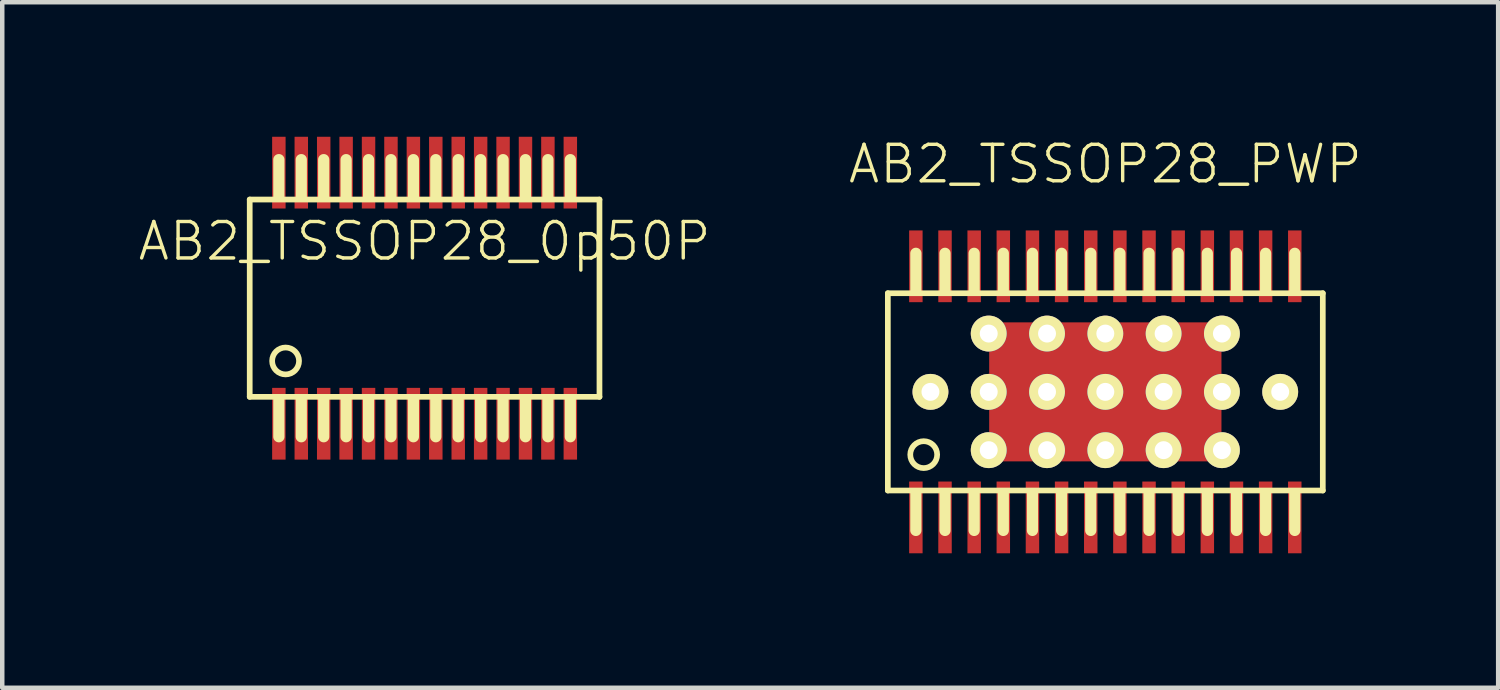
<source format=kicad_pcb>
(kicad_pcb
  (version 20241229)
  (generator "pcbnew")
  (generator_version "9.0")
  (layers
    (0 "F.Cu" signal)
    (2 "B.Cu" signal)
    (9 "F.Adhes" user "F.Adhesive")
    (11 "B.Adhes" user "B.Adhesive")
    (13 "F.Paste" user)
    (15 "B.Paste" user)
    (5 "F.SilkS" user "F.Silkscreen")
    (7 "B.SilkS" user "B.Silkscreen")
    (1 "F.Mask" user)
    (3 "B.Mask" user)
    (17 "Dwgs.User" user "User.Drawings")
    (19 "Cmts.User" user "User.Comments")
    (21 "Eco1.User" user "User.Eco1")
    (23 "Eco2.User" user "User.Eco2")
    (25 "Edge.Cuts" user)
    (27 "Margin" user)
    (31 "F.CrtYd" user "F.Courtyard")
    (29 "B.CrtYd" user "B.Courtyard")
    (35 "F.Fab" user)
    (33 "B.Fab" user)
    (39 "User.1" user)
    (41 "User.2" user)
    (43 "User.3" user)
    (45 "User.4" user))
  (footprint "AB2_TSSOP28_0p50P"
    (layer "F.Cu")
    (at 6.419 3.6)
    (property "Reference" "AB2_TSSOP28_0p50P" (at 0 -1.27 0) (layer "F.SilkS") (effects (font (size 0.813 0.813) (thickness 0.076))))
    (attr through_hole)
    (fp_line (start -3.9 -2.2) (end -3.9 2.2) (stroke (width 0.127) (type solid)) (layer "F.SilkS"))
    (fp_line (start -3.9 -2.2) (end 3.9 -2.2) (stroke (width 0.127) (type solid)) (layer "F.SilkS"))
    (fp_line (start -3.9 2.2) (end 3.9 2.2) (stroke (width 0.127) (type solid)) (layer "F.SilkS"))
    (fp_line (start -3.25 -2.27) (end -3.25 -3.09) (stroke (width 0.25) (type solid)) (layer "F.SilkS"))
    (fp_line (start -3.25 2.27) (end -3.25 3.09) (stroke (width 0.25) (type solid)) (layer "F.SilkS"))
    (fp_line (start -2.75 -2.27) (end -2.75 -3.09) (stroke (width 0.25) (type solid)) (layer "F.SilkS"))
    (fp_line (start -2.75 2.27) (end -2.75 3.09) (stroke (width 0.25) (type solid)) (layer "F.SilkS"))
    (fp_line (start -2.25 -2.27) (end -2.25 -3.09) (stroke (width 0.25) (type solid)) (layer "F.SilkS"))
    (fp_line (start -2.25 2.27) (end -2.25 3.09) (stroke (width 0.25) (type solid)) (layer "F.SilkS"))
    (fp_line (start -1.75 -2.27) (end -1.75 -3.09) (stroke (width 0.25) (type solid)) (layer "F.SilkS"))
    (fp_line (start -1.75 2.27) (end -1.75 3.09) (stroke (width 0.25) (type solid)) (layer "F.SilkS"))
    (fp_line (start -1.25 -2.27) (end -1.25 -3.09) (stroke (width 0.25) (type solid)) (layer "F.SilkS"))
    (fp_line (start -1.25 2.27) (end -1.25 3.09) (stroke (width 0.25) (type solid)) (layer "F.SilkS"))
    (fp_line (start -0.75 -2.27) (end -0.75 -3.09) (stroke (width 0.25) (type solid)) (layer "F.SilkS"))
    (fp_line (start -0.75 2.27) (end -0.75 3.09) (stroke (width 0.25) (type solid)) (layer "F.SilkS"))
    (fp_line (start -0.25 -2.27) (end -0.25 -3.09) (stroke (width 0.25) (type solid)) (layer "F.SilkS"))
    (fp_line (start -0.25 2.27) (end -0.25 3.09) (stroke (width 0.25) (type solid)) (layer "F.SilkS"))
    (fp_line (start 0.25 -2.27) (end 0.25 -3.09) (stroke (width 0.25) (type solid)) (layer "F.SilkS"))
    (fp_line (start 0.25 2.27) (end 0.25 3.09) (stroke (width 0.25) (type solid)) (layer "F.SilkS"))
    (fp_line (start 0.75 -2.27) (end 0.75 -3.09) (stroke (width 0.25) (type solid)) (layer "F.SilkS"))
    (fp_line (start 0.75 2.27) (end 0.75 3.09) (stroke (width 0.25) (type solid)) (layer "F.SilkS"))
    (fp_line (start 1.25 -2.27) (end 1.25 -3.09) (stroke (width 0.25) (type solid)) (layer "F.SilkS"))
    (fp_line (start 1.25 2.27) (end 1.25 3.09) (stroke (width 0.25) (type solid)) (layer "F.SilkS"))
    (fp_line (start 1.75 -2.27) (end 1.75 -3.09) (stroke (width 0.25) (type solid)) (layer "F.SilkS"))
    (fp_line (start 1.75 2.27) (end 1.75 3.09) (stroke (width 0.25) (type solid)) (layer "F.SilkS"))
    (fp_line (start 2.25 -2.27) (end 2.25 -3.09) (stroke (width 0.25) (type solid)) (layer "F.SilkS"))
    (fp_line (start 2.25 2.27) (end 2.25 3.09) (stroke (width 0.25) (type solid)) (layer "F.SilkS"))
    (fp_line (start 2.75 -2.27) (end 2.75 -3.09) (stroke (width 0.25) (type solid)) (layer "F.SilkS"))
    (fp_line (start 2.75 2.27) (end 2.75 3.09) (stroke (width 0.25) (type solid)) (layer "F.SilkS"))
    (fp_line (start 3.25 -2.27) (end 3.25 -3.09) (stroke (width 0.25) (type solid)) (layer "F.SilkS"))
    (fp_line (start 3.25 2.27) (end 3.25 3.09) (stroke (width 0.25) (type solid)) (layer "F.SilkS"))
    (fp_line (start 3.9 -2.2) (end 3.9 2.2) (stroke (width 0.127) (type solid)) (layer "F.SilkS"))
    (fp_circle (center -3.1 1.4) (end -3.1 1.1) (stroke (width 0.127) (type solid)) (fill no) (layer "F.SilkS"))
    (pad "1" smd rect (at -3.25 2.8) (size 0.3 1.6) (layers "F.Cu" "F.Mask" "F.Paste"))
    (pad "2" smd rect (at -2.75 2.8) (size 0.3 1.6) (layers "F.Cu" "F.Mask" "F.Paste"))
    (pad "3" smd rect (at -2.25 2.8) (size 0.3 1.6) (layers "F.Cu" "F.Mask" "F.Paste"))
    (pad "4" smd rect (at -1.75 2.8) (size 0.3 1.6) (layers "F.Cu" "F.Mask" "F.Paste"))
    (pad "5" smd rect (at -1.25 2.8) (size 0.3 1.6) (layers "F.Cu" "F.Mask" "F.Paste"))
    (pad "6" smd rect (at -0.75 2.8) (size 0.3 1.6) (layers "F.Cu" "F.Mask" "F.Paste"))
    (pad "7" smd rect (at -0.25 2.8) (size 0.3 1.6) (layers "F.Cu" "F.Mask" "F.Paste"))
    (pad "8" smd rect (at 0.25 2.8) (size 0.3 1.6) (layers "F.Cu" "F.Mask" "F.Paste"))
    (pad "9" smd rect (at 0.75 2.8) (size 0.3 1.6) (layers "F.Cu" "F.Mask" "F.Paste"))
    (pad "10" smd rect (at 1.25 2.8) (size 0.3 1.6) (layers "F.Cu" "F.Mask" "F.Paste"))
    (pad "11" smd rect (at 1.75 2.8) (size 0.3 1.6) (layers "F.Cu" "F.Mask" "F.Paste"))
    (pad "12" smd rect (at 2.25 2.8) (size 0.3 1.6) (layers "F.Cu" "F.Mask" "F.Paste"))
    (pad "13" smd rect (at 2.75 2.8) (size 0.3 1.6) (layers "F.Cu" "F.Mask" "F.Paste"))
    (pad "14" smd rect (at 3.25 2.8) (size 0.3 1.6) (layers "F.Cu" "F.Mask" "F.Paste"))
    (pad "15" smd rect (at 3.25 -2.8) (size 0.3 1.6) (layers "F.Cu" "F.Mask" "F.Paste"))
    (pad "16" smd rect (at 2.75 -2.8) (size 0.3 1.6) (layers "F.Cu" "F.Mask" "F.Paste"))
    (pad "17" smd rect (at 2.25 -2.8) (size 0.3 1.6) (layers "F.Cu" "F.Mask" "F.Paste"))
    (pad "18" smd rect (at 1.75 -2.8) (size 0.3 1.6) (layers "F.Cu" "F.Mask" "F.Paste"))
    (pad "19" smd rect (at 1.25 -2.8) (size 0.3 1.6) (layers "F.Cu" "F.Mask" "F.Paste"))
    (pad "20" smd rect (at 0.75 -2.8) (size 0.3 1.6) (layers "F.Cu" "F.Mask" "F.Paste"))
    (pad "21" smd rect (at 0.25 -2.8) (size 0.3 1.6) (layers "F.Cu" "F.Mask" "F.Paste"))
    (pad "22" smd rect (at -0.25 -2.8) (size 0.3 1.6) (layers "F.Cu" "F.Mask" "F.Paste"))
    (pad "23" smd rect (at -0.75 -2.8) (size 0.3 1.6) (layers "F.Cu" "F.Mask" "F.Paste"))
    (pad "24" smd rect (at -1.25 -2.8) (size 0.3 1.6) (layers "F.Cu" "F.Mask" "F.Paste"))
    (pad "25" smd rect (at -1.75 -2.8) (size 0.3 1.6) (layers "F.Cu" "F.Mask" "F.Paste"))
    (pad "26" smd rect (at -2.25 -2.8) (size 0.3 1.6) (layers "F.Cu" "F.Mask" "F.Paste"))
    (pad "27" smd rect (at -2.75 -2.8) (size 0.3 1.6) (layers "F.Cu" "F.Mask" "F.Paste"))
    (pad "28" smd rect (at -3.25 -2.8) (size 0.3 1.6) (layers "F.Cu" "F.Mask" "F.Paste")))
  (footprint "AB2_TSSOP28_PWP"
    (layer "F.Cu")
    (at 21.6 5.689)
    (property "Reference" "AB2_TSSOP28_PWP" (at 0 -5.08 0) (layer "F.SilkS") (effects (font (size 0.813 0.813) (thickness 0.076))))
    (attr through_hole)
    (fp_line (start -4.85 -2.2) (end 4.85 -2.2) (stroke (width 0.127) (type solid)) (layer "F.SilkS"))
    (fp_line (start -4.85 2.2) (end -4.85 -2.2) (stroke (width 0.127) (type solid)) (layer "F.SilkS"))
    (fp_line (start -4.225 -2.27) (end -4.225 -3.09) (stroke (width 0.25) (type solid)) (layer "F.SilkS"))
    (fp_line (start -4.225 2.27) (end -4.225 3.09) (stroke (width 0.25) (type solid)) (layer "F.SilkS"))
    (fp_line (start -3.575 -2.27) (end -3.575 -3.09) (stroke (width 0.25) (type solid)) (layer "F.SilkS"))
    (fp_line (start -3.575 2.27) (end -3.575 3.09) (stroke (width 0.25) (type solid)) (layer "F.SilkS"))
    (fp_line (start -2.925 -2.27) (end -2.925 -3.09) (stroke (width 0.25) (type solid)) (layer "F.SilkS"))
    (fp_line (start -2.925 2.27) (end -2.925 3.09) (stroke (width 0.25) (type solid)) (layer "F.SilkS"))
    (fp_line (start -2.275 -2.27) (end -2.275 -3.09) (stroke (width 0.25) (type solid)) (layer "F.SilkS"))
    (fp_line (start -2.275 2.27) (end -2.275 3.09) (stroke (width 0.25) (type solid)) (layer "F.SilkS"))
    (fp_line (start -1.625 -2.27) (end -1.625 -3.09) (stroke (width 0.25) (type solid)) (layer "F.SilkS"))
    (fp_line (start -1.625 2.27) (end -1.625 3.09) (stroke (width 0.25) (type solid)) (layer "F.SilkS"))
    (fp_line (start -0.975 -2.27) (end -0.975 -3.09) (stroke (width 0.25) (type solid)) (layer "F.SilkS"))
    (fp_line (start -0.975 2.27) (end -0.975 3.09) (stroke (width 0.25) (type solid)) (layer "F.SilkS"))
    (fp_line (start -0.325 -2.27) (end -0.325 -3.09) (stroke (width 0.25) (type solid)) (layer "F.SilkS"))
    (fp_line (start -0.325 2.27) (end -0.325 3.09) (stroke (width 0.25) (type solid)) (layer "F.SilkS"))
    (fp_line (start 0.325 -2.27) (end 0.325 -3.09) (stroke (width 0.25) (type solid)) (layer "F.SilkS"))
    (fp_line (start 0.325 2.27) (end 0.325 3.09) (stroke (width 0.25) (type solid)) (layer "F.SilkS"))
    (fp_line (start 0.975 -2.27) (end 0.975 -3.09) (stroke (width 0.25) (type solid)) (layer "F.SilkS"))
    (fp_line (start 0.975 2.27) (end 0.975 3.09) (stroke (width 0.25) (type solid)) (layer "F.SilkS"))
    (fp_line (start 1.625 -2.27) (end 1.625 -3.09) (stroke (width 0.25) (type solid)) (layer "F.SilkS"))
    (fp_line (start 1.625 2.27) (end 1.625 3.09) (stroke (width 0.25) (type solid)) (layer "F.SilkS"))
    (fp_line (start 2.275 -2.27) (end 2.275 -3.09) (stroke (width 0.25) (type solid)) (layer "F.SilkS"))
    (fp_line (start 2.275 2.27) (end 2.275 3.09) (stroke (width 0.25) (type solid)) (layer "F.SilkS"))
    (fp_line (start 2.925 -2.27) (end 2.925 -3.09) (stroke (width 0.25) (type solid)) (layer "F.SilkS"))
    (fp_line (start 2.925 2.27) (end 2.925 3.09) (stroke (width 0.25) (type solid)) (layer "F.SilkS"))
    (fp_line (start 3.575 -2.27) (end 3.575 -3.09) (stroke (width 0.25) (type solid)) (layer "F.SilkS"))
    (fp_line (start 3.575 2.27) (end 3.575 3.09) (stroke (width 0.25) (type solid)) (layer "F.SilkS"))
    (fp_line (start 4.225 -2.27) (end 4.225 -3.09) (stroke (width 0.25) (type solid)) (layer "F.SilkS"))
    (fp_line (start 4.225 2.27) (end 4.225 3.09) (stroke (width 0.25) (type solid)) (layer "F.SilkS"))
    (fp_line (start 4.85 -2.2) (end 4.85 2.2) (stroke (width 0.127) (type solid)) (layer "F.SilkS"))
    (fp_line (start 4.85 2.2) (end -4.85 2.2) (stroke (width 0.127) (type solid)) (layer "F.SilkS"))
    (fp_circle (center -4.05 1.4) (end -4.05 1.1) (stroke (width 0.127) (type solid)) (fill no) (layer "F.SilkS"))
    (pad "1" smd rect (at -4.225 2.8) (size 0.3 1.6) (layers "F.Cu" "F.Mask" "F.Paste"))
    (pad "2" smd rect (at -3.575 2.8) (size 0.3 1.6) (layers "F.Cu" "F.Mask" "F.Paste"))
    (pad "3" smd rect (at -2.925 2.8) (size 0.3 1.6) (layers "F.Cu" "F.Mask" "F.Paste"))
    (pad "4" smd rect (at -2.275 2.8) (size 0.3 1.6) (layers "F.Cu" "F.Mask" "F.Paste"))
    (pad "5" smd rect (at -1.625 2.8) (size 0.3 1.6) (layers "F.Cu" "F.Mask" "F.Paste"))
    (pad "6" smd rect (at -0.975 2.8) (size 0.3 1.6) (layers "F.Cu" "F.Mask" "F.Paste"))
    (pad "7" smd rect (at -0.325 2.8) (size 0.3 1.6) (layers "F.Cu" "F.Mask" "F.Paste"))
    (pad "8" smd rect (at 0.325 2.8) (size 0.3 1.6) (layers "F.Cu" "F.Mask" "F.Paste"))
    (pad "9" smd rect (at 0.975 2.8) (size 0.3 1.6) (layers "F.Cu" "F.Mask" "F.Paste"))
    (pad "10" smd rect (at 1.625 2.8) (size 0.3 1.6) (layers "F.Cu" "F.Mask" "F.Paste"))
    (pad "11" smd rect (at 2.275 2.8) (size 0.3 1.6) (layers "F.Cu" "F.Mask" "F.Paste"))
    (pad "12" smd rect (at 2.925 2.8) (size 0.3 1.6) (layers "F.Cu" "F.Mask" "F.Paste"))
    (pad "13" smd rect (at 3.575 2.8) (size 0.3 1.6) (layers "F.Cu" "F.Mask" "F.Paste"))
    (pad "14" smd rect (at 4.225 2.8) (size 0.3 1.6) (layers "F.Cu" "F.Mask" "F.Paste"))
    (pad "15" smd rect (at 4.225 -2.8) (size 0.3 1.6) (layers "F.Cu" "F.Mask" "F.Paste"))
    (pad "16" smd rect (at 3.575 -2.8) (size 0.3 1.6) (layers "F.Cu" "F.Mask" "F.Paste"))
    (pad "17" smd rect (at 2.925 -2.8) (size 0.3 1.6) (layers "F.Cu" "F.Mask" "F.Paste"))
    (pad "18" smd rect (at 2.275 -2.8) (size 0.3 1.6) (layers "F.Cu" "F.Mask" "F.Paste"))
    (pad "19" smd rect (at 1.625 -2.8) (size 0.3 1.6) (layers "F.Cu" "F.Mask" "F.Paste"))
    (pad "20" smd rect (at 0.975 -2.8) (size 0.3 1.6) (layers "F.Cu" "F.Mask" "F.Paste"))
    (pad "21" smd rect (at 0.325 -2.8) (size 0.3 1.6) (layers "F.Cu" "F.Mask" "F.Paste"))
    (pad "22" smd rect (at -0.325 -2.8) (size 0.3 1.6) (layers "F.Cu" "F.Mask" "F.Paste"))
    (pad "23" smd rect (at -0.975 -2.8) (size 0.3 1.6) (layers "F.Cu" "F.Mask" "F.Paste"))
    (pad "24" smd rect (at -1.625 -2.8) (size 0.3 1.6) (layers "F.Cu" "F.Mask" "F.Paste"))
    (pad "25" smd rect (at -2.275 -2.8) (size 0.3 1.6) (layers "F.Cu" "F.Mask" "F.Paste"))
    (pad "26" smd rect (at -2.925 -2.8) (size 0.3 1.6) (layers "F.Cu" "F.Mask" "F.Paste"))
    (pad "27" smd rect (at -3.575 -2.8) (size 0.3 1.6) (layers "F.Cu" "F.Mask" "F.Paste"))
    (pad "28" smd rect (at -4.225 -2.8) (size 0.3 1.6) (layers "F.Cu" "F.Mask" "F.Paste"))
    (pad "PWP" thru_hole circle (at -3.9 0) (size 0.8 0.8) (drill 0.4) (layers "*.Cu" "*.Mask" "F.SilkS"))
    (pad "PWP" thru_hole circle (at -2.6 -1.3) (size 0.8 0.8) (drill 0.4) (layers "*.Cu" "*.Mask" "F.SilkS"))
    (pad "PWP" thru_hole circle (at -2.6 0) (size 0.8 0.8) (drill 0.4) (layers "*.Cu" "*.Mask" "F.SilkS"))
    (pad "PWP" thru_hole circle (at -2.6 1.3) (size 0.8 0.8) (drill 0.4) (layers "*.Cu" "*.Mask" "F.SilkS"))
    (pad "PWP" thru_hole circle (at -1.3 -1.3) (size 0.8 0.8) (drill 0.4) (layers "*.Cu" "*.Mask" "F.SilkS"))
    (pad "PWP" thru_hole circle (at -1.3 0) (size 0.8 0.8) (drill 0.4) (layers "*.Cu" "*.Mask" "F.SilkS"))
    (pad "PWP" thru_hole circle (at -1.3 1.3) (size 0.8 0.8) (drill 0.4) (layers "*.Cu" "*.Mask" "F.SilkS"))
    (pad "PWP" thru_hole circle (at 0 -1.3) (size 0.8 0.8) (drill 0.4) (layers "*.Cu" "*.Mask" "F.SilkS"))
    (pad "PWP" thru_hole circle (at 0 0) (size 0.8 0.8) (drill 0.4) (layers "*.Cu" "*.Mask" "F.SilkS"))
    (pad "PWP" smd rect (at 0 0) (size 5.18 3.1) (layers "F.Cu" "F.Mask" "F.Paste"))
    (pad "PWP" thru_hole circle (at 0 1.3) (size 0.8 0.8) (drill 0.4) (layers "*.Cu" "*.Mask" "F.SilkS"))
    (pad "PWP" thru_hole circle (at 1.3 -1.3) (size 0.8 0.8) (drill 0.4) (layers "*.Cu" "*.Mask" "F.SilkS"))
    (pad "PWP" thru_hole circle (at 1.3 0) (size 0.8 0.8) (drill 0.4) (layers "*.Cu" "*.Mask" "F.SilkS"))
    (pad "PWP" thru_hole circle (at 1.3 1.3) (size 0.8 0.8) (drill 0.4) (layers "*.Cu" "*.Mask" "F.SilkS"))
    (pad "PWP" thru_hole circle (at 2.6 -1.3) (size 0.8 0.8) (drill 0.4) (layers "*.Cu" "*.Mask" "F.SilkS"))
    (pad "PWP" thru_hole circle (at 2.6 0) (size 0.8 0.8) (drill 0.4) (layers "*.Cu" "*.Mask" "F.SilkS"))
    (pad "PWP" thru_hole circle (at 2.6 1.3) (size 0.8 0.8) (drill 0.4) (layers "*.Cu" "*.Mask" "F.SilkS"))
    (pad "PWP" thru_hole circle (at 3.9 0) (size 0.8 0.8) (drill 0.4) (layers "*.Cu" "*.Mask" "F.SilkS")))
  (gr_rect
    (start -3 -3)
    (end 30.361 12.289)
    (stroke (width 0.1) (type default))
    (fill no)
    (layer "Edge.Cuts")))
</source>
